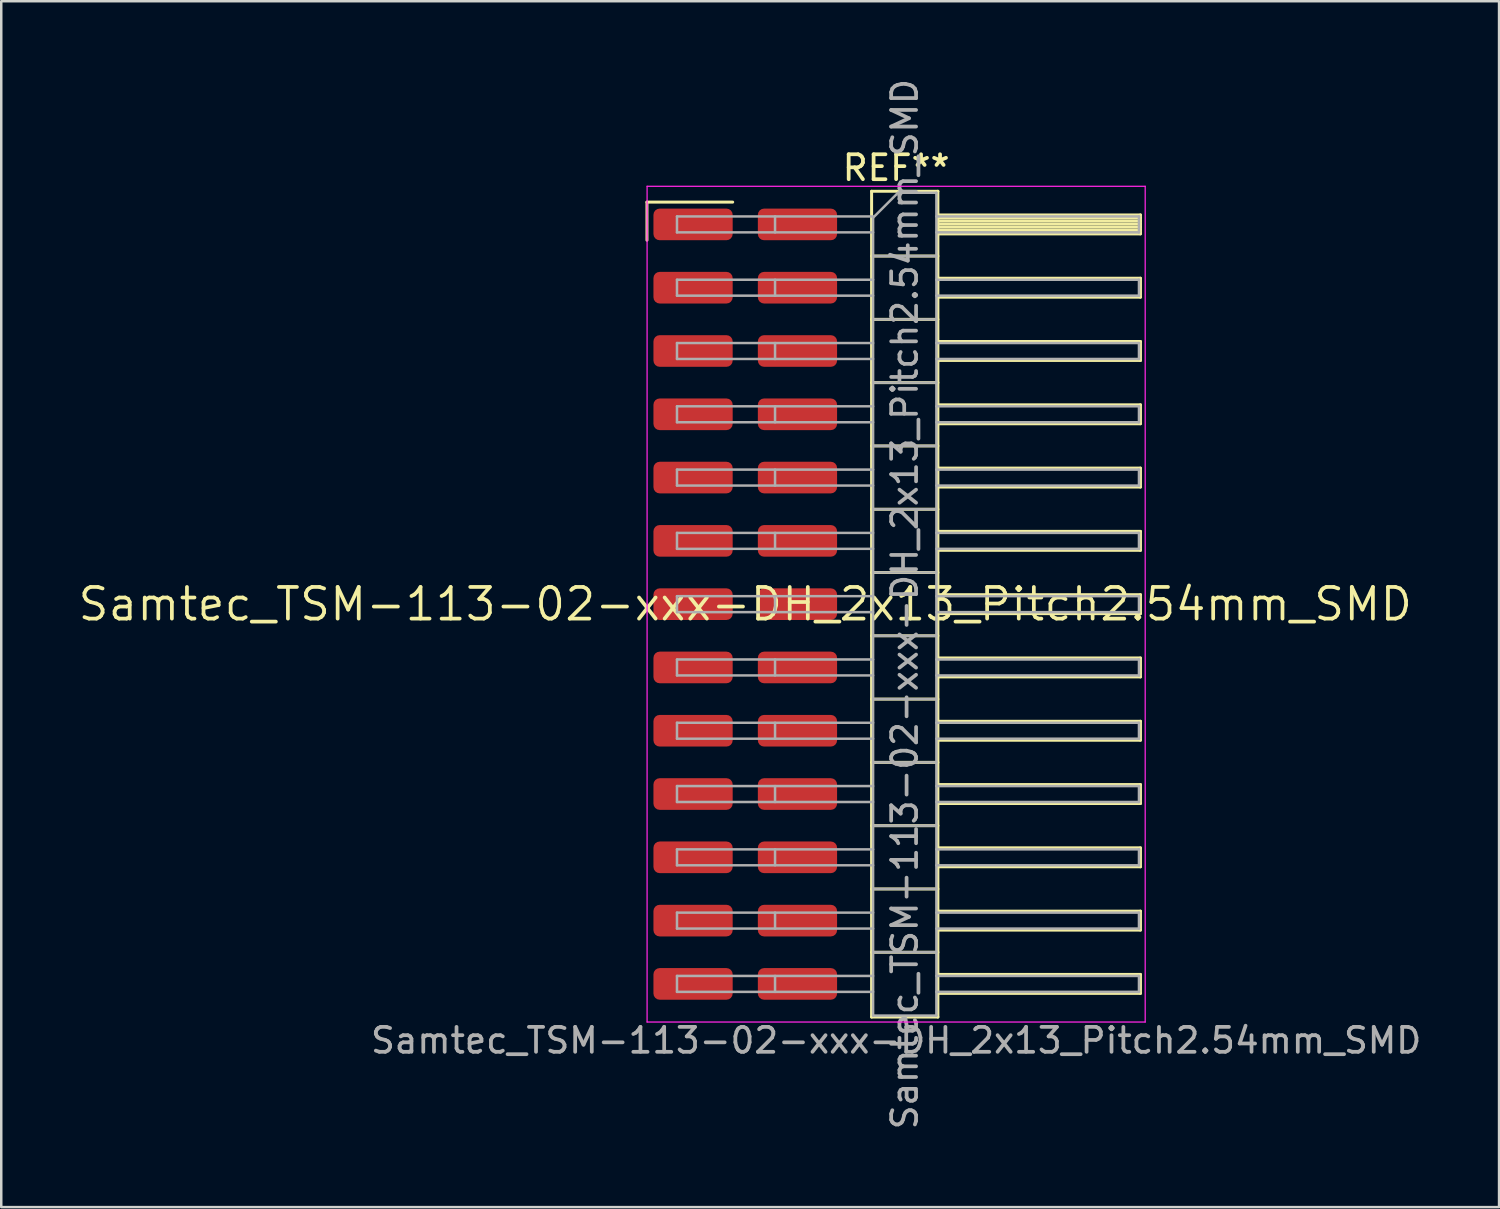
<source format=kicad_pcb>
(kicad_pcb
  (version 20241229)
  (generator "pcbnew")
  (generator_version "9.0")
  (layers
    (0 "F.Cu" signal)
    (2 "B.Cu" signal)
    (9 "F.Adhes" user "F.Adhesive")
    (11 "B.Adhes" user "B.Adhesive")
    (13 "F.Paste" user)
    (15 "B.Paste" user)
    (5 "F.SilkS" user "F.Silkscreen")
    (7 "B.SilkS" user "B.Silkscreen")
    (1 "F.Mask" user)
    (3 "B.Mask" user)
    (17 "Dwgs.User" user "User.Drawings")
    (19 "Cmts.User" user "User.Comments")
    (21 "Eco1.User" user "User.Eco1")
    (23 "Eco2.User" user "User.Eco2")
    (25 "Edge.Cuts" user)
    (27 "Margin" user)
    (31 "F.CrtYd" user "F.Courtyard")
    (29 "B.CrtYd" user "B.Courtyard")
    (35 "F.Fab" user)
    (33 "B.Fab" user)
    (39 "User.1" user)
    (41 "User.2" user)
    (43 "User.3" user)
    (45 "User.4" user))
  (footprint "Samtec_TSM-113-02-xxx-DH_2x13_Pitch2.54mm_SMD"
    (layer "F.Cu")
    (at 26.859 21.196)
    (property "Reference" "Samtec_TSM-113-02-xxx-DH_2x13_Pitch2.54mm_SMD" (at 0 0 0) (layer "F.SilkS") (effects (font (size 1.27 1.27) (thickness 0.15))))
    (attr smd)
    (fp_line (start -3.945 -16.135) (end -0.505 -16.135) (stroke (width 0.12) (type solid)) (layer "F.SilkS"))
    (fp_line (start -3.945 -14.605) (end -3.945 -16.135) (stroke (width 0.12) (type solid)) (layer "F.SilkS"))
    (fp_line (start 5.07 -16.57) (end 7.73 -16.57) (stroke (width 0.12) (type solid)) (layer "F.SilkS"))
    (fp_line (start 5.07 -13.97) (end 7.73 -13.97) (stroke (width 0.12) (type solid)) (layer "F.SilkS"))
    (fp_line (start 5.07 -11.43) (end 7.73 -11.43) (stroke (width 0.12) (type solid)) (layer "F.SilkS"))
    (fp_line (start 5.07 -8.89) (end 7.73 -8.89) (stroke (width 0.12) (type solid)) (layer "F.SilkS"))
    (fp_line (start 5.07 -6.35) (end 7.73 -6.35) (stroke (width 0.12) (type solid)) (layer "F.SilkS"))
    (fp_line (start 5.07 -3.81) (end 7.73 -3.81) (stroke (width 0.12) (type solid)) (layer "F.SilkS"))
    (fp_line (start 5.07 -1.27) (end 7.73 -1.27) (stroke (width 0.12) (type solid)) (layer "F.SilkS"))
    (fp_line (start 5.07 1.27) (end 7.73 1.27) (stroke (width 0.12) (type solid)) (layer "F.SilkS"))
    (fp_line (start 5.07 3.81) (end 7.73 3.81) (stroke (width 0.12) (type solid)) (layer "F.SilkS"))
    (fp_line (start 5.07 6.35) (end 7.73 6.35) (stroke (width 0.12) (type solid)) (layer "F.SilkS"))
    (fp_line (start 5.07 8.89) (end 7.73 8.89) (stroke (width 0.12) (type solid)) (layer "F.SilkS"))
    (fp_line (start 5.07 11.43) (end 7.73 11.43) (stroke (width 0.12) (type solid)) (layer "F.SilkS"))
    (fp_line (start 5.07 13.97) (end 7.73 13.97) (stroke (width 0.12) (type solid)) (layer "F.SilkS"))
    (fp_line (start 5.07 16.57) (end 5.07 -16.57) (stroke (width 0.12) (type solid)) (layer "F.SilkS"))
    (fp_line (start 7.73 -16.57) (end 7.73 16.57) (stroke (width 0.12) (type solid)) (layer "F.SilkS"))
    (fp_line (start 7.73 -15.62) (end 15.86 -15.62) (stroke (width 0.12) (type solid)) (layer "F.SilkS"))
    (fp_line (start 7.73 -15.5) (end 15.86 -15.5) (stroke (width 0.12) (type solid)) (layer "F.SilkS"))
    (fp_line (start 7.73 -15.38) (end 15.86 -15.38) (stroke (width 0.12) (type solid)) (layer "F.SilkS"))
    (fp_line (start 7.73 -15.26) (end 15.86 -15.26) (stroke (width 0.12) (type solid)) (layer "F.SilkS"))
    (fp_line (start 7.73 -15.14) (end 15.86 -15.14) (stroke (width 0.12) (type solid)) (layer "F.SilkS"))
    (fp_line (start 7.73 -15.02) (end 15.86 -15.02) (stroke (width 0.12) (type solid)) (layer "F.SilkS"))
    (fp_line (start 7.73 -14.9) (end 15.86 -14.9) (stroke (width 0.12) (type solid)) (layer "F.SilkS"))
    (fp_line (start 7.73 -14.86) (end 15.86 -14.86) (stroke (width 0.12) (type solid)) (layer "F.SilkS"))
    (fp_line (start 7.73 -13.08) (end 15.86 -13.08) (stroke (width 0.12) (type solid)) (layer "F.SilkS"))
    (fp_line (start 7.73 -12.32) (end 15.86 -12.32) (stroke (width 0.12) (type solid)) (layer "F.SilkS"))
    (fp_line (start 7.73 -10.54) (end 15.86 -10.54) (stroke (width 0.12) (type solid)) (layer "F.SilkS"))
    (fp_line (start 7.73 -9.78) (end 15.86 -9.78) (stroke (width 0.12) (type solid)) (layer "F.SilkS"))
    (fp_line (start 7.73 -8) (end 15.86 -8) (stroke (width 0.12) (type solid)) (layer "F.SilkS"))
    (fp_line (start 7.73 -7.24) (end 15.86 -7.24) (stroke (width 0.12) (type solid)) (layer "F.SilkS"))
    (fp_line (start 7.73 -5.46) (end 15.86 -5.46) (stroke (width 0.12) (type solid)) (layer "F.SilkS"))
    (fp_line (start 7.73 -4.7) (end 15.86 -4.7) (stroke (width 0.12) (type solid)) (layer "F.SilkS"))
    (fp_line (start 7.73 -2.92) (end 15.86 -2.92) (stroke (width 0.12) (type solid)) (layer "F.SilkS"))
    (fp_line (start 7.73 -2.16) (end 15.86 -2.16) (stroke (width 0.12) (type solid)) (layer "F.SilkS"))
    (fp_line (start 7.73 -0.38) (end 15.86 -0.38) (stroke (width 0.12) (type solid)) (layer "F.SilkS"))
    (fp_line (start 7.73 0.38) (end 15.86 0.38) (stroke (width 0.12) (type solid)) (layer "F.SilkS"))
    (fp_line (start 7.73 2.16) (end 15.86 2.16) (stroke (width 0.12) (type solid)) (layer "F.SilkS"))
    (fp_line (start 7.73 2.92) (end 15.86 2.92) (stroke (width 0.12) (type solid)) (layer "F.SilkS"))
    (fp_line (start 7.73 4.7) (end 15.86 4.7) (stroke (width 0.12) (type solid)) (layer "F.SilkS"))
    (fp_line (start 7.73 5.46) (end 15.86 5.46) (stroke (width 0.12) (type solid)) (layer "F.SilkS"))
    (fp_line (start 7.73 7.24) (end 15.86 7.24) (stroke (width 0.12) (type solid)) (layer "F.SilkS"))
    (fp_line (start 7.73 8) (end 15.86 8) (stroke (width 0.12) (type solid)) (layer "F.SilkS"))
    (fp_line (start 7.73 9.78) (end 15.86 9.78) (stroke (width 0.12) (type solid)) (layer "F.SilkS"))
    (fp_line (start 7.73 10.54) (end 15.86 10.54) (stroke (width 0.12) (type solid)) (layer "F.SilkS"))
    (fp_line (start 7.73 12.32) (end 15.86 12.32) (stroke (width 0.12) (type solid)) (layer "F.SilkS"))
    (fp_line (start 7.73 13.08) (end 15.86 13.08) (stroke (width 0.12) (type solid)) (layer "F.SilkS"))
    (fp_line (start 7.73 14.86) (end 15.86 14.86) (stroke (width 0.12) (type solid)) (layer "F.SilkS"))
    (fp_line (start 7.73 15.62) (end 15.86 15.62) (stroke (width 0.12) (type solid)) (layer "F.SilkS"))
    (fp_line (start 7.73 16.57) (end 5.07 16.57) (stroke (width 0.12) (type solid)) (layer "F.SilkS"))
    (fp_line (start 15.86 -15.62) (end 15.86 -14.86) (stroke (width 0.12) (type solid)) (layer "F.SilkS"))
    (fp_line (start 15.86 -13.08) (end 15.86 -12.32) (stroke (width 0.12) (type solid)) (layer "F.SilkS"))
    (fp_line (start 15.86 -10.54) (end 15.86 -9.78) (stroke (width 0.12) (type solid)) (layer "F.SilkS"))
    (fp_line (start 15.86 -8) (end 15.86 -7.24) (stroke (width 0.12) (type solid)) (layer "F.SilkS"))
    (fp_line (start 15.86 -5.46) (end 15.86 -4.7) (stroke (width 0.12) (type solid)) (layer "F.SilkS"))
    (fp_line (start 15.86 -2.92) (end 15.86 -2.16) (stroke (width 0.12) (type solid)) (layer "F.SilkS"))
    (fp_line (start 15.86 -0.38) (end 15.86 0.38) (stroke (width 0.12) (type solid)) (layer "F.SilkS"))
    (fp_line (start 15.86 2.16) (end 15.86 2.92) (stroke (width 0.12) (type solid)) (layer "F.SilkS"))
    (fp_line (start 15.86 4.7) (end 15.86 5.46) (stroke (width 0.12) (type solid)) (layer "F.SilkS"))
    (fp_line (start 15.86 7.24) (end 15.86 8) (stroke (width 0.12) (type solid)) (layer "F.SilkS"))
    (fp_line (start 15.86 9.78) (end 15.86 10.54) (stroke (width 0.12) (type solid)) (layer "F.SilkS"))
    (fp_line (start 15.86 12.32) (end 15.86 13.08) (stroke (width 0.12) (type solid)) (layer "F.SilkS"))
    (fp_line (start 15.86 14.86) (end 15.86 15.62) (stroke (width 0.12) (type solid)) (layer "F.SilkS"))
    (fp_line (start -3.94 -16.77) (end 16.05 -16.77) (stroke (width 0.05) (type solid)) (layer "F.CrtYd"))
    (fp_line (start -3.94 16.77) (end -3.94 -16.77) (stroke (width 0.05) (type solid)) (layer "F.CrtYd"))
    (fp_line (start 16.05 -16.77) (end 16.05 16.77) (stroke (width 0.05) (type solid)) (layer "F.CrtYd"))
    (fp_line (start 16.05 16.77) (end -3.94 16.77) (stroke (width 0.05) (type solid)) (layer "F.CrtYd"))
    (fp_line (start -2.74 -15.56) (end -2.74 -14.92) (stroke (width 0.1) (type solid)) (layer "F.Fab"))
    (fp_line (start -2.74 -15.56) (end 5.13 -15.56) (stroke (width 0.1) (type solid)) (layer "F.Fab"))
    (fp_line (start -2.74 -14.92) (end 5.13 -14.92) (stroke (width 0.1) (type solid)) (layer "F.Fab"))
    (fp_line (start -2.74 -13.02) (end -2.74 -12.38) (stroke (width 0.1) (type solid)) (layer "F.Fab"))
    (fp_line (start -2.74 -13.02) (end 5.13 -13.02) (stroke (width 0.1) (type solid)) (layer "F.Fab"))
    (fp_line (start -2.74 -12.38) (end 5.13 -12.38) (stroke (width 0.1) (type solid)) (layer "F.Fab"))
    (fp_line (start -2.74 -10.48) (end -2.74 -9.84) (stroke (width 0.1) (type solid)) (layer "F.Fab"))
    (fp_line (start -2.74 -10.48) (end 5.13 -10.48) (stroke (width 0.1) (type solid)) (layer "F.Fab"))
    (fp_line (start -2.74 -9.84) (end 5.13 -9.84) (stroke (width 0.1) (type solid)) (layer "F.Fab"))
    (fp_line (start -2.74 -7.94) (end -2.74 -7.3) (stroke (width 0.1) (type solid)) (layer "F.Fab"))
    (fp_line (start -2.74 -7.94) (end 5.13 -7.94) (stroke (width 0.1) (type solid)) (layer "F.Fab"))
    (fp_line (start -2.74 -7.3) (end 5.13 -7.3) (stroke (width 0.1) (type solid)) (layer "F.Fab"))
    (fp_line (start -2.74 -5.4) (end -2.74 -4.76) (stroke (width 0.1) (type solid)) (layer "F.Fab"))
    (fp_line (start -2.74 -5.4) (end 5.13 -5.4) (stroke (width 0.1) (type solid)) (layer "F.Fab"))
    (fp_line (start -2.74 -4.76) (end 5.13 -4.76) (stroke (width 0.1) (type solid)) (layer "F.Fab"))
    (fp_line (start -2.74 -2.86) (end -2.74 -2.22) (stroke (width 0.1) (type solid)) (layer "F.Fab"))
    (fp_line (start -2.74 -2.86) (end 5.13 -2.86) (stroke (width 0.1) (type solid)) (layer "F.Fab"))
    (fp_line (start -2.74 -2.22) (end 5.13 -2.22) (stroke (width 0.1) (type solid)) (layer "F.Fab"))
    (fp_line (start -2.74 -0.32) (end -2.74 0.32) (stroke (width 0.1) (type solid)) (layer "F.Fab"))
    (fp_line (start -2.74 -0.32) (end 5.13 -0.32) (stroke (width 0.1) (type solid)) (layer "F.Fab"))
    (fp_line (start -2.74 0.32) (end 5.13 0.32) (stroke (width 0.1) (type solid)) (layer "F.Fab"))
    (fp_line (start -2.74 2.22) (end -2.74 2.86) (stroke (width 0.1) (type solid)) (layer "F.Fab"))
    (fp_line (start -2.74 2.22) (end 5.13 2.22) (stroke (width 0.1) (type solid)) (layer "F.Fab"))
    (fp_line (start -2.74 2.86) (end 5.13 2.86) (stroke (width 0.1) (type solid)) (layer "F.Fab"))
    (fp_line (start -2.74 4.76) (end -2.74 5.4) (stroke (width 0.1) (type solid)) (layer "F.Fab"))
    (fp_line (start -2.74 4.76) (end 5.13 4.76) (stroke (width 0.1) (type solid)) (layer "F.Fab"))
    (fp_line (start -2.74 5.4) (end 5.13 5.4) (stroke (width 0.1) (type solid)) (layer "F.Fab"))
    (fp_line (start -2.74 7.3) (end -2.74 7.94) (stroke (width 0.1) (type solid)) (layer "F.Fab"))
    (fp_line (start -2.74 7.3) (end 5.13 7.3) (stroke (width 0.1) (type solid)) (layer "F.Fab"))
    (fp_line (start -2.74 7.94) (end 5.13 7.94) (stroke (width 0.1) (type solid)) (layer "F.Fab"))
    (fp_line (start -2.74 9.84) (end -2.74 10.48) (stroke (width 0.1) (type solid)) (layer "F.Fab"))
    (fp_line (start -2.74 9.84) (end 5.13 9.84) (stroke (width 0.1) (type solid)) (layer "F.Fab"))
    (fp_line (start -2.74 10.48) (end 5.13 10.48) (stroke (width 0.1) (type solid)) (layer "F.Fab"))
    (fp_line (start -2.74 12.38) (end -2.74 13.02) (stroke (width 0.1) (type solid)) (layer "F.Fab"))
    (fp_line (start -2.74 12.38) (end 5.13 12.38) (stroke (width 0.1) (type solid)) (layer "F.Fab"))
    (fp_line (start -2.74 13.02) (end 5.13 13.02) (stroke (width 0.1) (type solid)) (layer "F.Fab"))
    (fp_line (start -2.74 14.92) (end -2.74 15.56) (stroke (width 0.1) (type solid)) (layer "F.Fab"))
    (fp_line (start -2.74 14.92) (end 5.13 14.92) (stroke (width 0.1) (type solid)) (layer "F.Fab"))
    (fp_line (start -2.74 15.56) (end 5.13 15.56) (stroke (width 0.1) (type solid)) (layer "F.Fab"))
    (fp_line (start 1.195 -15.56) (end 1.195 -14.92) (stroke (width 0.1) (type solid)) (layer "F.Fab"))
    (fp_line (start 1.195 -13.02) (end 1.195 -12.38) (stroke (width 0.1) (type solid)) (layer "F.Fab"))
    (fp_line (start 1.195 -10.48) (end 1.195 -9.84) (stroke (width 0.1) (type solid)) (layer "F.Fab"))
    (fp_line (start 1.195 -7.94) (end 1.195 -7.3) (stroke (width 0.1) (type solid)) (layer "F.Fab"))
    (fp_line (start 1.195 -5.4) (end 1.195 -4.76) (stroke (width 0.1) (type solid)) (layer "F.Fab"))
    (fp_line (start 1.195 -2.86) (end 1.195 -2.22) (stroke (width 0.1) (type solid)) (layer "F.Fab"))
    (fp_line (start 1.195 -0.32) (end 1.195 0.32) (stroke (width 0.1) (type solid)) (layer "F.Fab"))
    (fp_line (start 1.195 2.22) (end 1.195 2.86) (stroke (width 0.1) (type solid)) (layer "F.Fab"))
    (fp_line (start 1.195 4.76) (end 1.195 5.4) (stroke (width 0.1) (type solid)) (layer "F.Fab"))
    (fp_line (start 1.195 7.3) (end 1.195 7.94) (stroke (width 0.1) (type solid)) (layer "F.Fab"))
    (fp_line (start 1.195 9.84) (end 1.195 10.48) (stroke (width 0.1) (type solid)) (layer "F.Fab"))
    (fp_line (start 1.195 12.38) (end 1.195 13.02) (stroke (width 0.1) (type solid)) (layer "F.Fab"))
    (fp_line (start 1.195 14.92) (end 1.195 15.56) (stroke (width 0.1) (type solid)) (layer "F.Fab"))
    (fp_line (start 5.13 -15.51) (end 6.13 -16.51) (stroke (width 0.1) (type solid)) (layer "F.Fab"))
    (fp_line (start 5.13 -13.97) (end 7.67 -13.97) (stroke (width 0.1) (type solid)) (layer "F.Fab"))
    (fp_line (start 5.13 -11.43) (end 7.67 -11.43) (stroke (width 0.1) (type solid)) (layer "F.Fab"))
    (fp_line (start 5.13 -8.89) (end 7.67 -8.89) (stroke (width 0.1) (type solid)) (layer "F.Fab"))
    (fp_line (start 5.13 -6.35) (end 7.67 -6.35) (stroke (width 0.1) (type solid)) (layer "F.Fab"))
    (fp_line (start 5.13 -3.81) (end 7.67 -3.81) (stroke (width 0.1) (type solid)) (layer "F.Fab"))
    (fp_line (start 5.13 -1.27) (end 7.67 -1.27) (stroke (width 0.1) (type solid)) (layer "F.Fab"))
    (fp_line (start 5.13 1.27) (end 7.67 1.27) (stroke (width 0.1) (type solid)) (layer "F.Fab"))
    (fp_line (start 5.13 3.81) (end 7.67 3.81) (stroke (width 0.1) (type solid)) (layer "F.Fab"))
    (fp_line (start 5.13 6.35) (end 7.67 6.35) (stroke (width 0.1) (type solid)) (layer "F.Fab"))
    (fp_line (start 5.13 8.89) (end 7.67 8.89) (stroke (width 0.1) (type solid)) (layer "F.Fab"))
    (fp_line (start 5.13 11.43) (end 7.67 11.43) (stroke (width 0.1) (type solid)) (layer "F.Fab"))
    (fp_line (start 5.13 13.97) (end 7.67 13.97) (stroke (width 0.1) (type solid)) (layer "F.Fab"))
    (fp_line (start 5.13 16.51) (end 5.13 -15.51) (stroke (width 0.1) (type solid)) (layer "F.Fab"))
    (fp_line (start 6.13 -16.51) (end 7.67 -16.51) (stroke (width 0.1) (type solid)) (layer "F.Fab"))
    (fp_line (start 7.67 -16.51) (end 7.67 16.51) (stroke (width 0.1) (type solid)) (layer "F.Fab"))
    (fp_line (start 7.67 -15.56) (end 15.8 -15.56) (stroke (width 0.1) (type solid)) (layer "F.Fab"))
    (fp_line (start 7.67 -14.92) (end 15.8 -14.92) (stroke (width 0.1) (type solid)) (layer "F.Fab"))
    (fp_line (start 7.67 -13.02) (end 15.8 -13.02) (stroke (width 0.1) (type solid)) (layer "F.Fab"))
    (fp_line (start 7.67 -12.38) (end 15.8 -12.38) (stroke (width 0.1) (type solid)) (layer "F.Fab"))
    (fp_line (start 7.67 -10.48) (end 15.8 -10.48) (stroke (width 0.1) (type solid)) (layer "F.Fab"))
    (fp_line (start 7.67 -9.84) (end 15.8 -9.84) (stroke (width 0.1) (type solid)) (layer "F.Fab"))
    (fp_line (start 7.67 -7.94) (end 15.8 -7.94) (stroke (width 0.1) (type solid)) (layer "F.Fab"))
    (fp_line (start 7.67 -7.3) (end 15.8 -7.3) (stroke (width 0.1) (type solid)) (layer "F.Fab"))
    (fp_line (start 7.67 -5.4) (end 15.8 -5.4) (stroke (width 0.1) (type solid)) (layer "F.Fab"))
    (fp_line (start 7.67 -4.76) (end 15.8 -4.76) (stroke (width 0.1) (type solid)) (layer "F.Fab"))
    (fp_line (start 7.67 -2.86) (end 15.8 -2.86) (stroke (width 0.1) (type solid)) (layer "F.Fab"))
    (fp_line (start 7.67 -2.22) (end 15.8 -2.22) (stroke (width 0.1) (type solid)) (layer "F.Fab"))
    (fp_line (start 7.67 -0.32) (end 15.8 -0.32) (stroke (width 0.1) (type solid)) (layer "F.Fab"))
    (fp_line (start 7.67 0.32) (end 15.8 0.32) (stroke (width 0.1) (type solid)) (layer "F.Fab"))
    (fp_line (start 7.67 2.22) (end 15.8 2.22) (stroke (width 0.1) (type solid)) (layer "F.Fab"))
    (fp_line (start 7.67 2.86) (end 15.8 2.86) (stroke (width 0.1) (type solid)) (layer "F.Fab"))
    (fp_line (start 7.67 4.76) (end 15.8 4.76) (stroke (width 0.1) (type solid)) (layer "F.Fab"))
    (fp_line (start 7.67 5.4) (end 15.8 5.4) (stroke (width 0.1) (type solid)) (layer "F.Fab"))
    (fp_line (start 7.67 7.3) (end 15.8 7.3) (stroke (width 0.1) (type solid)) (layer "F.Fab"))
    (fp_line (start 7.67 7.94) (end 15.8 7.94) (stroke (width 0.1) (type solid)) (layer "F.Fab"))
    (fp_line (start 7.67 9.84) (end 15.8 9.84) (stroke (width 0.1) (type solid)) (layer "F.Fab"))
    (fp_line (start 7.67 10.48) (end 15.8 10.48) (stroke (width 0.1) (type solid)) (layer "F.Fab"))
    (fp_line (start 7.67 12.38) (end 15.8 12.38) (stroke (width 0.1) (type solid)) (layer "F.Fab"))
    (fp_line (start 7.67 13.02) (end 15.8 13.02) (stroke (width 0.1) (type solid)) (layer "F.Fab"))
    (fp_line (start 7.67 14.92) (end 15.8 14.92) (stroke (width 0.1) (type solid)) (layer "F.Fab"))
    (fp_line (start 7.67 15.56) (end 15.8 15.56) (stroke (width 0.1) (type solid)) (layer "F.Fab"))
    (fp_line (start 7.67 16.51) (end 5.13 16.51) (stroke (width 0.1) (type solid)) (layer "F.Fab"))
    (fp_line (start 15.8 -15.56) (end 15.8 -14.92) (stroke (width 0.1) (type solid)) (layer "F.Fab"))
    (fp_line (start 15.8 -13.02) (end 15.8 -12.38) (stroke (width 0.1) (type solid)) (layer "F.Fab"))
    (fp_line (start 15.8 -10.48) (end 15.8 -9.84) (stroke (width 0.1) (type solid)) (layer "F.Fab"))
    (fp_line (start 15.8 -7.94) (end 15.8 -7.3) (stroke (width 0.1) (type solid)) (layer "F.Fab"))
    (fp_line (start 15.8 -5.4) (end 15.8 -4.76) (stroke (width 0.1) (type solid)) (layer "F.Fab"))
    (fp_line (start 15.8 -2.86) (end 15.8 -2.22) (stroke (width 0.1) (type solid)) (layer "F.Fab"))
    (fp_line (start 15.8 -0.32) (end 15.8 0.32) (stroke (width 0.1) (type solid)) (layer "F.Fab"))
    (fp_line (start 15.8 2.22) (end 15.8 2.86) (stroke (width 0.1) (type solid)) (layer "F.Fab"))
    (fp_line (start 15.8 4.76) (end 15.8 5.4) (stroke (width 0.1) (type solid)) (layer "F.Fab"))
    (fp_line (start 15.8 7.3) (end 15.8 7.94) (stroke (width 0.1) (type solid)) (layer "F.Fab"))
    (fp_line (start 15.8 9.84) (end 15.8 10.48) (stroke (width 0.1) (type solid)) (layer "F.Fab"))
    (fp_line (start 15.8 12.38) (end 15.8 13.02) (stroke (width 0.1) (type solid)) (layer "F.Fab"))
    (fp_line (start 15.8 14.92) (end 15.8 15.56) (stroke (width 0.1) (type solid)) (layer "F.Fab"))
    (fp_text user "REF**" (at 6.055 -17.51 0) (layer "F.SilkS") (effects (font (size 1 1) (thickness 0.15))))
    (fp_text user "Samtec_TSM-113-02-xxx-DH_2x13_Pitch2.54mm_SMD" (at 6.055 17.51 0) (layer "F.Fab") (effects (font (size 1 1) (thickness 0.15))))
    (fp_text user "${REFERENCE}" (at 6.4 0 90) (layer "F.Fab") (effects (font (size 1 1) (thickness 0.15))))
    (pad "1" smd roundrect (at -2.095 -15.24) (size 3.18 1.27) (layers "F.Cu" "F.Mask" "F.Paste") (roundrect_rratio 0.197))
    (pad "2" smd roundrect (at 2.095 -15.24) (size 3.18 1.27) (layers "F.Cu" "F.Mask" "F.Paste") (roundrect_rratio 0.197))
    (pad "3" smd roundrect (at -2.095 -12.7) (size 3.18 1.27) (layers "F.Cu" "F.Mask" "F.Paste") (roundrect_rratio 0.197))
    (pad "4" smd roundrect (at 2.095 -12.7) (size 3.18 1.27) (layers "F.Cu" "F.Mask" "F.Paste") (roundrect_rratio 0.197))
    (pad "5" smd roundrect (at -2.095 -10.16) (size 3.18 1.27) (layers "F.Cu" "F.Mask" "F.Paste") (roundrect_rratio 0.197))
    (pad "6" smd roundrect (at 2.095 -10.16) (size 3.18 1.27) (layers "F.Cu" "F.Mask" "F.Paste") (roundrect_rratio 0.197))
    (pad "7" smd roundrect (at -2.095 -7.62) (size 3.18 1.27) (layers "F.Cu" "F.Mask" "F.Paste") (roundrect_rratio 0.197))
    (pad "8" smd roundrect (at 2.095 -7.62) (size 3.18 1.27) (layers "F.Cu" "F.Mask" "F.Paste") (roundrect_rratio 0.197))
    (pad "9" smd roundrect (at -2.095 -5.08) (size 3.18 1.27) (layers "F.Cu" "F.Mask" "F.Paste") (roundrect_rratio 0.197))
    (pad "10" smd roundrect (at 2.095 -5.08) (size 3.18 1.27) (layers "F.Cu" "F.Mask" "F.Paste") (roundrect_rratio 0.197))
    (pad "11" smd roundrect (at -2.095 -2.54) (size 3.18 1.27) (layers "F.Cu" "F.Mask" "F.Paste") (roundrect_rratio 0.197))
    (pad "12" smd roundrect (at 2.095 -2.54) (size 3.18 1.27) (layers "F.Cu" "F.Mask" "F.Paste") (roundrect_rratio 0.197))
    (pad "13" smd roundrect (at -2.095 0) (size 3.18 1.27) (layers "F.Cu" "F.Mask" "F.Paste") (roundrect_rratio 0.197))
    (pad "14" smd roundrect (at 2.095 0) (size 3.18 1.27) (layers "F.Cu" "F.Mask" "F.Paste") (roundrect_rratio 0.197))
    (pad "15" smd roundrect (at -2.095 2.54) (size 3.18 1.27) (layers "F.Cu" "F.Mask" "F.Paste") (roundrect_rratio 0.197))
    (pad "16" smd roundrect (at 2.095 2.54) (size 3.18 1.27) (layers "F.Cu" "F.Mask" "F.Paste") (roundrect_rratio 0.197))
    (pad "17" smd roundrect (at -2.095 5.08) (size 3.18 1.27) (layers "F.Cu" "F.Mask" "F.Paste") (roundrect_rratio 0.197))
    (pad "18" smd roundrect (at 2.095 5.08) (size 3.18 1.27) (layers "F.Cu" "F.Mask" "F.Paste") (roundrect_rratio 0.197))
    (pad "19" smd roundrect (at -2.095 7.62) (size 3.18 1.27) (layers "F.Cu" "F.Mask" "F.Paste") (roundrect_rratio 0.197))
    (pad "20" smd roundrect (at 2.095 7.62) (size 3.18 1.27) (layers "F.Cu" "F.Mask" "F.Paste") (roundrect_rratio 0.197))
    (pad "21" smd roundrect (at -2.095 10.16) (size 3.18 1.27) (layers "F.Cu" "F.Mask" "F.Paste") (roundrect_rratio 0.197))
    (pad "22" smd roundrect (at 2.095 10.16) (size 3.18 1.27) (layers "F.Cu" "F.Mask" "F.Paste") (roundrect_rratio 0.197))
    (pad "23" smd roundrect (at -2.095 12.7) (size 3.18 1.27) (layers "F.Cu" "F.Mask" "F.Paste") (roundrect_rratio 0.197))
    (pad "24" smd roundrect (at 2.095 12.7) (size 3.18 1.27) (layers "F.Cu" "F.Mask" "F.Paste") (roundrect_rratio 0.197))
    (pad "25" smd roundrect (at -2.095 15.24) (size 3.18 1.27) (layers "F.Cu" "F.Mask" "F.Paste") (roundrect_rratio 0.197))
    (pad "26" smd roundrect (at 2.095 15.24) (size 3.18 1.27) (layers "F.Cu" "F.Mask" "F.Paste") (roundrect_rratio 0.197)))
  (gr_rect
    (start -3 -3)
    (end 57.11 45.393)
    (stroke (width 0.1) (type default))
    (fill no)
    (layer "Edge.Cuts")))
</source>
